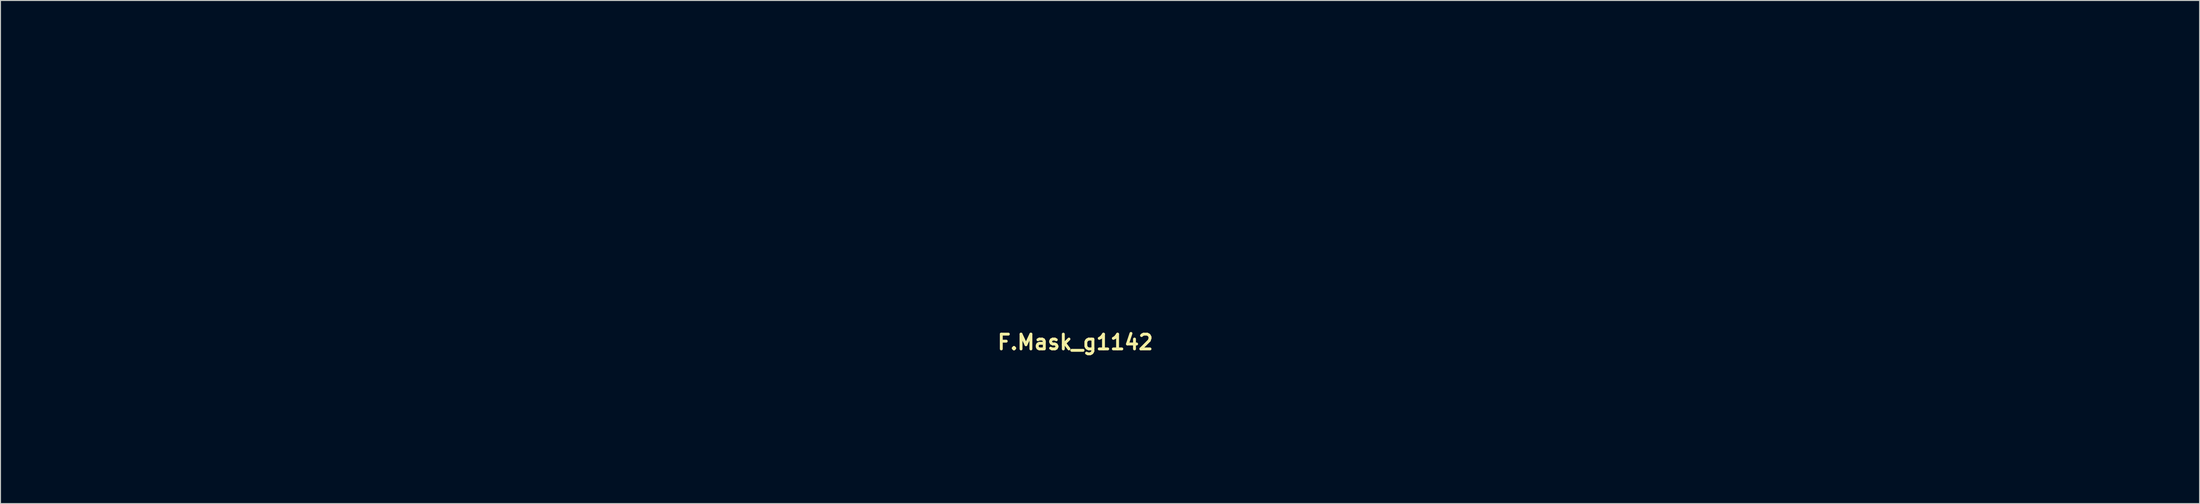
<source format=kicad_pcb>
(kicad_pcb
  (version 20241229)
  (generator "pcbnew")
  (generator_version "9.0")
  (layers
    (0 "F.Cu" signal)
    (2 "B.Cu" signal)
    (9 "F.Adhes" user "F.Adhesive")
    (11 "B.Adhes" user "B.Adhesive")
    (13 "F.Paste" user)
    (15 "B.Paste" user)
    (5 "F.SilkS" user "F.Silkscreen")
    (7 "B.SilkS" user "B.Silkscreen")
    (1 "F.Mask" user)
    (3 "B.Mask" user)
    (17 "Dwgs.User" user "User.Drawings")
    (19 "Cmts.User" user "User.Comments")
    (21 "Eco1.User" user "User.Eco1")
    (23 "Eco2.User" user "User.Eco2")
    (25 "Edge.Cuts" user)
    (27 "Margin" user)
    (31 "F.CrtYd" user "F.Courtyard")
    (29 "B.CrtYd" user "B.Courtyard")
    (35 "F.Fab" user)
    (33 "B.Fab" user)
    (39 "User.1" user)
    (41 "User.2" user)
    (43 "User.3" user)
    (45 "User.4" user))
  (footprint "F.Mask_g1142"
    (layer "F.Cu")
    (at 107.677 32.231)
    (property "Reference" "F.Mask_g1142" (at 0 0 0) (layer "F.SilkS") (effects (font (size 1.524 1.524) (thickness 0.3))))
    (attr through_hole)
    (fp_poly (pts (xy -106.967 -30.068) (xy -106.849 -30.049) (xy -106.771 -30.019) (xy -106.633 -29.928) (xy -106.53 -29.815) (xy -106.474 -29.722) (xy -106.43 -29.591) (xy -106.413 -29.447) (xy -106.424 -29.305) (xy -106.46 -29.188) (xy -106.543 -29.053) (xy -106.653 -28.946) (xy -106.784 -28.868) (xy -106.928 -28.822) (xy -107.079 -28.812) (xy -107.229 -28.841) (xy -107.244 -28.846) (xy -107.393 -28.919) (xy -107.512 -29.022) (xy -107.572 -29.101) (xy -107.642 -29.248) (xy -107.672 -29.399) (xy -107.665 -29.55) (xy -107.622 -29.694) (xy -107.545 -29.826) (xy -107.435 -29.939) (xy -107.315 -30.017) (xy -107.215 -30.052) (xy -107.094 -30.069) (xy -106.967 -30.068)) (stroke (width 0.01) (type solid)) (fill yes) (layer "F.Mask"))
    (fp_poly (pts (xy -106.967 -27.528) (xy -106.849 -27.509) (xy -106.771 -27.479) (xy -106.633 -27.388) (xy -106.53 -27.275) (xy -106.474 -27.182) (xy -106.43 -27.051) (xy -106.413 -26.907) (xy -106.424 -26.765) (xy -106.46 -26.648) (xy -106.543 -26.513) (xy -106.653 -26.406) (xy -106.784 -26.328) (xy -106.928 -26.282) (xy -107.079 -26.272) (xy -107.229 -26.301) (xy -107.244 -26.306) (xy -107.393 -26.379) (xy -107.512 -26.482) (xy -107.572 -26.561) (xy -107.642 -26.708) (xy -107.672 -26.859) (xy -107.665 -27.01) (xy -107.622 -27.154) (xy -107.545 -27.286) (xy -107.435 -27.399) (xy -107.315 -27.477) (xy -107.215 -27.512) (xy -107.094 -27.529) (xy -106.967 -27.528)) (stroke (width 0.01) (type solid)) (fill yes) (layer "F.Mask"))
    (fp_poly (pts (xy -106.967 -24.988) (xy -106.849 -24.969) (xy -106.771 -24.939) (xy -106.633 -24.848) (xy -106.53 -24.735) (xy -106.474 -24.642) (xy -106.43 -24.511) (xy -106.413 -24.367) (xy -106.424 -24.225) (xy -106.46 -24.108) (xy -106.543 -23.973) (xy -106.653 -23.866) (xy -106.784 -23.788) (xy -106.928 -23.742) (xy -107.079 -23.732) (xy -107.229 -23.761) (xy -107.244 -23.766) (xy -107.393 -23.839) (xy -107.512 -23.942) (xy -107.572 -24.021) (xy -107.642 -24.168) (xy -107.672 -24.319) (xy -107.665 -24.47) (xy -107.622 -24.614) (xy -107.545 -24.746) (xy -107.435 -24.859) (xy -107.315 -24.937) (xy -107.215 -24.972) (xy -107.094 -24.989) (xy -106.967 -24.988)) (stroke (width 0.01) (type solid)) (fill yes) (layer "F.Mask"))
    (fp_poly (pts (xy -106.967 -22.448) (xy -106.849 -22.429) (xy -106.771 -22.399) (xy -106.633 -22.308) (xy -106.53 -22.195) (xy -106.474 -22.102) (xy -106.43 -21.971) (xy -106.413 -21.827) (xy -106.424 -21.685) (xy -106.46 -21.568) (xy -106.543 -21.433) (xy -106.653 -21.326) (xy -106.784 -21.248) (xy -106.928 -21.202) (xy -107.079 -21.192) (xy -107.229 -21.221) (xy -107.244 -21.226) (xy -107.393 -21.299) (xy -107.512 -21.402) (xy -107.572 -21.481) (xy -107.642 -21.628) (xy -107.672 -21.779) (xy -107.665 -21.93) (xy -107.622 -22.074) (xy -107.545 -22.206) (xy -107.435 -22.319) (xy -107.315 -22.397) (xy -107.215 -22.432) (xy -107.094 -22.449) (xy -106.967 -22.448)) (stroke (width 0.01) (type solid)) (fill yes) (layer "F.Mask"))
    (fp_poly (pts (xy -106.967 -19.908) (xy -106.849 -19.889) (xy -106.771 -19.859) (xy -106.633 -19.768) (xy -106.53 -19.655) (xy -106.474 -19.562) (xy -106.43 -19.431) (xy -106.413 -19.287) (xy -106.424 -19.145) (xy -106.46 -19.028) (xy -106.543 -18.893) (xy -106.653 -18.786) (xy -106.784 -18.708) (xy -106.928 -18.662) (xy -107.079 -18.652) (xy -107.229 -18.681) (xy -107.244 -18.686) (xy -107.393 -18.759) (xy -107.512 -18.862) (xy -107.572 -18.941) (xy -107.642 -19.088) (xy -107.672 -19.239) (xy -107.665 -19.39) (xy -107.622 -19.534) (xy -107.545 -19.666) (xy -107.435 -19.779) (xy -107.315 -19.857) (xy -107.215 -19.892) (xy -107.094 -19.909) (xy -106.967 -19.908)) (stroke (width 0.01) (type solid)) (fill yes) (layer "F.Mask"))
    (fp_poly (pts (xy -106.967 -17.368) (xy -106.849 -17.349) (xy -106.771 -17.319) (xy -106.633 -17.228) (xy -106.53 -17.115) (xy -106.474 -17.022) (xy -106.43 -16.891) (xy -106.413 -16.747) (xy -106.424 -16.605) (xy -106.46 -16.488) (xy -106.543 -16.353) (xy -106.653 -16.246) (xy -106.784 -16.168) (xy -106.928 -16.122) (xy -107.079 -16.112) (xy -107.229 -16.141) (xy -107.244 -16.146) (xy -107.393 -16.219) (xy -107.512 -16.322) (xy -107.572 -16.401) (xy -107.642 -16.548) (xy -107.672 -16.699) (xy -107.665 -16.85) (xy -107.622 -16.994) (xy -107.545 -17.126) (xy -107.435 -17.239) (xy -107.315 -17.317) (xy -107.215 -17.352) (xy -107.094 -17.369) (xy -106.967 -17.368)) (stroke (width 0.01) (type solid)) (fill yes) (layer "F.Mask"))
    (fp_poly (pts (xy -106.967 -14.828) (xy -106.849 -14.809) (xy -106.771 -14.779) (xy -106.633 -14.688) (xy -106.53 -14.575) (xy -106.474 -14.482) (xy -106.43 -14.351) (xy -106.413 -14.207) (xy -106.424 -14.065) (xy -106.46 -13.948) (xy -106.543 -13.813) (xy -106.653 -13.706) (xy -106.784 -13.628) (xy -106.928 -13.582) (xy -107.079 -13.572) (xy -107.229 -13.601) (xy -107.244 -13.606) (xy -107.393 -13.679) (xy -107.512 -13.782) (xy -107.572 -13.861) (xy -107.642 -14.008) (xy -107.672 -14.159) (xy -107.665 -14.31) (xy -107.622 -14.454) (xy -107.545 -14.586) (xy -107.435 -14.699) (xy -107.315 -14.777) (xy -107.215 -14.812) (xy -107.094 -14.829) (xy -106.967 -14.828)) (stroke (width 0.01) (type solid)) (fill yes) (layer "F.Mask"))
    (fp_poly (pts (xy -106.967 -12.288) (xy -106.849 -12.269) (xy -106.771 -12.239) (xy -106.633 -12.148) (xy -106.53 -12.035) (xy -106.474 -11.942) (xy -106.43 -11.811) (xy -106.413 -11.667) (xy -106.424 -11.525) (xy -106.46 -11.408) (xy -106.543 -11.273) (xy -106.653 -11.166) (xy -106.784 -11.088) (xy -106.928 -11.042) (xy -107.079 -11.032) (xy -107.229 -11.061) (xy -107.244 -11.066) (xy -107.393 -11.139) (xy -107.512 -11.242) (xy -107.572 -11.321) (xy -107.642 -11.468) (xy -107.672 -11.619) (xy -107.665 -11.77) (xy -107.622 -11.914) (xy -107.545 -12.046) (xy -107.435 -12.159) (xy -107.315 -12.237) (xy -107.215 -12.272) (xy -107.094 -12.289) (xy -106.967 -12.288)) (stroke (width 0.01) (type solid)) (fill yes) (layer "F.Mask"))
    (fp_poly (pts (xy -106.967 -9.748) (xy -106.849 -9.729) (xy -106.771 -9.699) (xy -106.633 -9.608) (xy -106.53 -9.495) (xy -106.474 -9.402) (xy -106.43 -9.271) (xy -106.413 -9.127) (xy -106.424 -8.985) (xy -106.46 -8.868) (xy -106.543 -8.733) (xy -106.653 -8.626) (xy -106.784 -8.548) (xy -106.928 -8.502) (xy -107.079 -8.492) (xy -107.229 -8.521) (xy -107.244 -8.526) (xy -107.393 -8.599) (xy -107.512 -8.702) (xy -107.572 -8.781) (xy -107.642 -8.928) (xy -107.672 -9.079) (xy -107.665 -9.23) (xy -107.622 -9.374) (xy -107.545 -9.506) (xy -107.435 -9.619) (xy -107.315 -9.697) (xy -107.215 -9.732) (xy -107.094 -9.749) (xy -106.967 -9.748)) (stroke (width 0.01) (type solid)) (fill yes) (layer "F.Mask"))
    (fp_poly (pts (xy -91.727 -12.288) (xy -91.609 -12.269) (xy -91.531 -12.239) (xy -91.393 -12.148) (xy -91.29 -12.035) (xy -91.234 -11.942) (xy -91.19 -11.811) (xy -91.173 -11.667) (xy -91.184 -11.525) (xy -91.22 -11.408) (xy -91.303 -11.274) (xy -91.413 -11.167) (xy -91.542 -11.089) (xy -91.686 -11.042) (xy -91.835 -11.032) (xy -91.984 -11.059) (xy -92.001 -11.065) (xy -92.144 -11.132) (xy -92.256 -11.222) (xy -92.309 -11.286) (xy -92.387 -11.428) (xy -92.427 -11.577) (xy -92.43 -11.727) (xy -92.397 -11.873) (xy -92.33 -12.009) (xy -92.23 -12.128) (xy -92.098 -12.224) (xy -92.075 -12.237) (xy -91.975 -12.272) (xy -91.854 -12.289) (xy -91.727 -12.288)) (stroke (width 0.01) (type solid)) (fill yes) (layer "F.Mask"))
    (fp_poly (pts (xy -91.727 -9.748) (xy -91.609 -9.729) (xy -91.531 -9.699) (xy -91.393 -9.608) (xy -91.29 -9.495) (xy -91.234 -9.402) (xy -91.19 -9.271) (xy -91.173 -9.127) (xy -91.184 -8.985) (xy -91.22 -8.868) (xy -91.303 -8.734) (xy -91.413 -8.627) (xy -91.542 -8.549) (xy -91.686 -8.502) (xy -91.835 -8.492) (xy -91.984 -8.519) (xy -92.001 -8.525) (xy -92.144 -8.592) (xy -92.256 -8.682) (xy -92.309 -8.746) (xy -92.387 -8.888) (xy -92.427 -9.037) (xy -92.43 -9.187) (xy -92.397 -9.333) (xy -92.33 -9.469) (xy -92.23 -9.588) (xy -92.098 -9.684) (xy -92.075 -9.697) (xy -91.975 -9.732) (xy -91.854 -9.749) (xy -91.727 -9.748)) (stroke (width 0.01) (type solid)) (fill yes) (layer "F.Mask"))
    (fp_poly (pts (xy -91.727 -27.528) (xy -91.609 -27.509) (xy -91.531 -27.479) (xy -91.393 -27.388) (xy -91.287 -27.273) (xy -91.238 -27.195) (xy -91.206 -27.13) (xy -91.187 -27.071) (xy -91.178 -27.002) (xy -91.176 -26.913) (xy -91.187 -26.765) (xy -91.223 -26.641) (xy -91.288 -26.529) (xy -91.333 -26.474) (xy -91.439 -26.383) (xy -91.571 -26.317) (xy -91.716 -26.281) (xy -91.864 -26.276) (xy -92.004 -26.306) (xy -92.004 -26.306) (xy -92.154 -26.379) (xy -92.273 -26.482) (xy -92.329 -26.558) (xy -92.4 -26.705) (xy -92.43 -26.857) (xy -92.424 -27.008) (xy -92.381 -27.153) (xy -92.304 -27.285) (xy -92.195 -27.398) (xy -92.075 -27.477) (xy -91.975 -27.512) (xy -91.854 -27.529) (xy -91.727 -27.528)) (stroke (width 0.01) (type solid)) (fill yes) (layer "F.Mask"))
    (fp_poly (pts (xy -91.727 -24.988) (xy -91.609 -24.969) (xy -91.531 -24.939) (xy -91.393 -24.848) (xy -91.287 -24.733) (xy -91.238 -24.655) (xy -91.206 -24.59) (xy -91.187 -24.531) (xy -91.178 -24.462) (xy -91.176 -24.373) (xy -91.187 -24.225) (xy -91.223 -24.101) (xy -91.288 -23.989) (xy -91.333 -23.934) (xy -91.439 -23.843) (xy -91.571 -23.777) (xy -91.716 -23.741) (xy -91.864 -23.736) (xy -92.004 -23.766) (xy -92.004 -23.766) (xy -92.154 -23.839) (xy -92.273 -23.942) (xy -92.329 -24.018) (xy -92.4 -24.165) (xy -92.43 -24.317) (xy -92.424 -24.468) (xy -92.381 -24.613) (xy -92.304 -24.745) (xy -92.195 -24.858) (xy -92.075 -24.937) (xy -91.975 -24.972) (xy -91.854 -24.989) (xy -91.727 -24.988)) (stroke (width 0.01) (type solid)) (fill yes) (layer "F.Mask"))
    (fp_poly (pts (xy -91.727 -22.448) (xy -91.609 -22.429) (xy -91.531 -22.399) (xy -91.393 -22.308) (xy -91.287 -22.193) (xy -91.238 -22.115) (xy -91.206 -22.05) (xy -91.187 -21.991) (xy -91.178 -21.922) (xy -91.176 -21.833) (xy -91.187 -21.685) (xy -91.223 -21.561) (xy -91.288 -21.449) (xy -91.333 -21.394) (xy -91.439 -21.303) (xy -91.57 -21.238) (xy -91.714 -21.201) (xy -91.861 -21.196) (xy -92 -21.224) (xy -92.001 -21.225) (xy -92.144 -21.292) (xy -92.256 -21.382) (xy -92.309 -21.446) (xy -92.387 -21.588) (xy -92.427 -21.737) (xy -92.43 -21.887) (xy -92.397 -22.033) (xy -92.33 -22.169) (xy -92.23 -22.288) (xy -92.098 -22.384) (xy -92.075 -22.397) (xy -91.975 -22.432) (xy -91.854 -22.449) (xy -91.727 -22.448)) (stroke (width 0.01) (type solid)) (fill yes) (layer "F.Mask"))
    (fp_poly (pts (xy -91.727 -19.908) (xy -91.609 -19.889) (xy -91.531 -19.859) (xy -91.393 -19.768) (xy -91.287 -19.653) (xy -91.238 -19.575) (xy -91.206 -19.51) (xy -91.187 -19.451) (xy -91.178 -19.382) (xy -91.176 -19.293) (xy -91.187 -19.145) (xy -91.223 -19.021) (xy -91.288 -18.909) (xy -91.333 -18.854) (xy -91.439 -18.763) (xy -91.57 -18.698) (xy -91.714 -18.661) (xy -91.861 -18.656) (xy -92 -18.684) (xy -92.001 -18.685) (xy -92.144 -18.752) (xy -92.256 -18.842) (xy -92.309 -18.906) (xy -92.387 -19.048) (xy -92.427 -19.197) (xy -92.43 -19.347) (xy -92.397 -19.493) (xy -92.33 -19.629) (xy -92.23 -19.748) (xy -92.098 -19.844) (xy -92.075 -19.857) (xy -91.975 -19.892) (xy -91.854 -19.909) (xy -91.727 -19.908)) (stroke (width 0.01) (type solid)) (fill yes) (layer "F.Mask"))
    (fp_poly (pts (xy -91.727 -17.368) (xy -91.609 -17.349) (xy -91.531 -17.319) (xy -91.393 -17.228) (xy -91.287 -17.113) (xy -91.238 -17.035) (xy -91.206 -16.97) (xy -91.187 -16.911) (xy -91.178 -16.842) (xy -91.176 -16.753) (xy -91.187 -16.605) (xy -91.223 -16.481) (xy -91.288 -16.369) (xy -91.333 -16.314) (xy -91.439 -16.223) (xy -91.57 -16.158) (xy -91.714 -16.121) (xy -91.861 -16.116) (xy -92 -16.144) (xy -92.001 -16.145) (xy -92.144 -16.212) (xy -92.256 -16.302) (xy -92.309 -16.366) (xy -92.387 -16.508) (xy -92.427 -16.657) (xy -92.43 -16.807) (xy -92.397 -16.953) (xy -92.33 -17.089) (xy -92.23 -17.208) (xy -92.098 -17.304) (xy -92.075 -17.317) (xy -91.975 -17.352) (xy -91.854 -17.369) (xy -91.727 -17.368)) (stroke (width 0.01) (type solid)) (fill yes) (layer "F.Mask"))
    (fp_poly (pts (xy -91.727 -14.828) (xy -91.609 -14.809) (xy -91.531 -14.779) (xy -91.393 -14.688) (xy -91.287 -14.573) (xy -91.238 -14.495) (xy -91.206 -14.43) (xy -91.187 -14.371) (xy -91.178 -14.302) (xy -91.176 -14.213) (xy -91.187 -14.065) (xy -91.223 -13.941) (xy -91.288 -13.829) (xy -91.333 -13.774) (xy -91.439 -13.683) (xy -91.57 -13.618) (xy -91.714 -13.581) (xy -91.861 -13.576) (xy -92 -13.604) (xy -92.001 -13.605) (xy -92.144 -13.672) (xy -92.256 -13.762) (xy -92.309 -13.826) (xy -92.387 -13.968) (xy -92.427 -14.117) (xy -92.43 -14.267) (xy -92.397 -14.413) (xy -92.33 -14.549) (xy -92.23 -14.668) (xy -92.098 -14.764) (xy -92.075 -14.777) (xy -91.975 -14.812) (xy -91.854 -14.829) (xy -91.727 -14.828)) (stroke (width 0.01) (type solid)) (fill yes) (layer "F.Mask"))
    (fp_poly (pts (xy -11.912 10.923) (xy -11.77 10.985) (xy -11.643 11.076) (xy -11.536 11.194) (xy -11.455 11.339) (xy -11.418 11.45) (xy -11.395 11.62) (xy -11.413 11.786) (xy -11.466 11.943) (xy -11.554 12.084) (xy -11.673 12.204) (xy -11.802 12.287) (xy -11.88 12.322) (xy -11.954 12.342) (xy -12.045 12.352) (xy -12.094 12.355) (xy -12.211 12.354) (xy -12.31 12.343) (xy -12.354 12.332) (xy -12.508 12.262) (xy -12.636 12.163) (xy -12.737 12.041) (xy -12.81 11.902) (xy -12.853 11.751) (xy -12.864 11.596) (xy -12.843 11.44) (xy -12.787 11.291) (xy -12.696 11.153) (xy -12.654 11.107) (xy -12.519 11) (xy -12.372 10.929) (xy -12.218 10.894) (xy -12.063 10.893) (xy -11.912 10.923)) (stroke (width 0.01) (type solid)) (fill yes) (layer "F.Mask"))
    (fp_poly (pts (xy 112.254 0.019) (xy 112.403 0.084) (xy 112.537 0.181) (xy 112.651 0.309) (xy 112.715 0.419) (xy 112.748 0.518) (xy 112.766 0.642) (xy 112.768 0.776) (xy 112.754 0.903) (xy 112.724 1.009) (xy 112.719 1.021) (xy 112.649 1.136) (xy 112.551 1.247) (xy 112.439 1.34) (xy 112.357 1.388) (xy 112.222 1.434) (xy 112.072 1.455) (xy 111.924 1.449) (xy 111.809 1.422) (xy 111.653 1.347) (xy 111.525 1.245) (xy 111.426 1.123) (xy 111.355 0.985) (xy 111.315 0.837) (xy 111.305 0.684) (xy 111.327 0.533) (xy 111.381 0.388) (xy 111.468 0.255) (xy 111.589 0.14) (xy 111.621 0.117) (xy 111.774 0.036) (xy 111.934 -0.006) (xy 112.096 -0.011) (xy 112.254 0.019)) (stroke (width 0.01) (type solid)) (fill yes) (layer "F.Mask"))
    (fp_poly (pts (xy -8.135 -6.85) (xy -7.983 -6.798) (xy -7.848 -6.709) (xy -7.769 -6.632) (xy -7.674 -6.509) (xy -7.613 -6.383) (xy -7.585 -6.242) (xy -7.582 -6.096) (xy -7.602 -5.938) (xy -7.648 -5.806) (xy -7.723 -5.687) (xy -7.789 -5.614) (xy -7.919 -5.514) (xy -8.07 -5.443) (xy -8.234 -5.406) (xy -8.4 -5.404) (xy -8.513 -5.426) (xy -8.666 -5.49) (xy -8.802 -5.591) (xy -8.916 -5.722) (xy -8.969 -5.81) (xy -9.014 -5.932) (xy -9.036 -6.075) (xy -9.034 -6.223) (xy -9.009 -6.361) (xy -8.996 -6.398) (xy -8.923 -6.537) (xy -8.817 -6.662) (xy -8.689 -6.764) (xy -8.61 -6.806) (xy -8.529 -6.84) (xy -8.456 -6.858) (xy -8.372 -6.866) (xy -8.308 -6.867) (xy -8.135 -6.85)) (stroke (width 0.01) (type solid)) (fill yes) (layer "F.Mask"))
    (fp_poly (pts (xy -3.044 -17) (xy -2.892 -16.936) (xy -2.753 -16.835) (xy -2.698 -16.78) (xy -2.606 -16.656) (xy -2.549 -16.524) (xy -2.524 -16.374) (xy -2.524 -16.256) (xy -2.532 -16.149) (xy -2.548 -16.068) (xy -2.575 -15.995) (xy -2.59 -15.964) (xy -2.688 -15.815) (xy -2.813 -15.699) (xy -2.96 -15.618) (xy -3.128 -15.573) (xy -3.217 -15.564) (xy -3.32 -15.565) (xy -3.412 -15.574) (xy -3.461 -15.586) (xy -3.625 -15.658) (xy -3.758 -15.758) (xy -3.864 -15.889) (xy -3.895 -15.942) (xy -3.933 -16.019) (xy -3.956 -16.085) (xy -3.968 -16.16) (xy -3.975 -16.256) (xy -3.97 -16.423) (xy -3.935 -16.567) (xy -3.867 -16.696) (xy -3.8 -16.78) (xy -3.67 -16.896) (xy -3.523 -16.976) (xy -3.365 -17.02) (xy -3.204 -17.028) (xy -3.044 -17)) (stroke (width 0.01) (type solid)) (fill yes) (layer "F.Mask"))
    (fp_poly (pts (xy -10.778 12.164) (xy -10.624 12.202) (xy -10.48 12.273) (xy -10.351 12.376) (xy -10.243 12.511) (xy -10.199 12.59) (xy -10.175 12.647) (xy -10.16 12.706) (xy -10.152 12.779) (xy -10.15 12.881) (xy -10.15 12.89) (xy -10.151 12.993) (xy -10.158 13.068) (xy -10.172 13.129) (xy -10.196 13.19) (xy -10.204 13.208) (xy -10.292 13.347) (xy -10.412 13.468) (xy -10.554 13.559) (xy -10.556 13.56) (xy -10.691 13.607) (xy -10.842 13.627) (xy -10.993 13.62) (xy -11.106 13.593) (xy -11.269 13.515) (xy -11.403 13.408) (xy -11.505 13.277) (xy -11.573 13.126) (xy -11.605 12.96) (xy -11.597 12.782) (xy -11.596 12.777) (xy -11.549 12.608) (xy -11.465 12.46) (xy -11.384 12.369) (xy -11.245 12.262) (xy -11.094 12.194) (xy -10.936 12.161) (xy -10.778 12.164)) (stroke (width 0.01) (type solid)) (fill yes) (layer "F.Mask"))
    (fp_poly (pts (xy 73.781 -13.274) (xy 73.942 -13.223) (xy 73.949 -13.22) (xy 74.086 -13.137) (xy 74.206 -13.025) (xy 74.298 -12.896) (xy 74.31 -12.872) (xy 74.339 -12.809) (xy 74.357 -12.752) (xy 74.366 -12.687) (xy 74.369 -12.6) (xy 74.369 -12.552) (xy 74.367 -12.444) (xy 74.359 -12.365) (xy 74.343 -12.301) (xy 74.323 -12.251) (xy 74.252 -12.135) (xy 74.155 -12.024) (xy 74.043 -11.931) (xy 73.961 -11.883) (xy 73.825 -11.837) (xy 73.675 -11.816) (xy 73.527 -11.822) (xy 73.412 -11.849) (xy 73.248 -11.928) (xy 73.114 -12.036) (xy 73.013 -12.169) (xy 72.946 -12.325) (xy 72.915 -12.502) (xy 72.913 -12.567) (xy 72.934 -12.733) (xy 72.99 -12.884) (xy 73.076 -13.015) (xy 73.187 -13.124) (xy 73.318 -13.208) (xy 73.464 -13.263) (xy 73.62 -13.286) (xy 73.781 -13.274)) (stroke (width 0.01) (type solid)) (fill yes) (layer "F.Mask"))
    (fp_poly (pts (xy 102.444 -9.456) (xy 102.597 -9.388) (xy 102.732 -9.284) (xy 102.842 -9.148) (xy 102.871 -9.098) (xy 102.906 -9.032) (xy 102.927 -8.978) (xy 102.939 -8.922) (xy 102.943 -8.851) (xy 102.944 -8.763) (xy 102.942 -8.66) (xy 102.936 -8.585) (xy 102.921 -8.524) (xy 102.897 -8.463) (xy 102.889 -8.445) (xy 102.804 -8.309) (xy 102.688 -8.19) (xy 102.554 -8.099) (xy 102.531 -8.088) (xy 102.413 -8.049) (xy 102.276 -8.028) (xy 102.137 -8.027) (xy 102.013 -8.046) (xy 101.981 -8.056) (xy 101.828 -8.131) (xy 101.697 -8.235) (xy 101.595 -8.362) (xy 101.554 -8.438) (xy 101.501 -8.604) (xy 101.486 -8.77) (xy 101.507 -8.93) (xy 101.56 -9.08) (xy 101.643 -9.214) (xy 101.753 -9.327) (xy 101.888 -9.414) (xy 102.045 -9.469) (xy 102.094 -9.479) (xy 102.274 -9.487) (xy 102.444 -9.456)) (stroke (width 0.01) (type solid)) (fill yes) (layer "F.Mask"))
    (fp_poly (pts (xy -1.878 -32.224) (xy -1.803 -32.216) (xy -1.74 -32.2) (xy -1.673 -32.172) (xy -1.668 -32.17) (xy -1.533 -32.086) (xy -1.414 -31.975) (xy -1.324 -31.846) (xy -1.313 -31.824) (xy -1.271 -31.701) (xy -1.251 -31.557) (xy -1.254 -31.409) (xy -1.279 -31.272) (xy -1.291 -31.237) (xy -1.367 -31.091) (xy -1.474 -30.967) (xy -1.605 -30.87) (xy -1.754 -30.802) (xy -1.913 -30.768) (xy -2.076 -30.77) (xy -2.151 -30.784) (xy -2.31 -30.845) (xy -2.453 -30.94) (xy -2.571 -31.062) (xy -2.653 -31.197) (xy -2.686 -31.305) (xy -2.702 -31.437) (xy -2.699 -31.576) (xy -2.679 -31.709) (xy -2.644 -31.814) (xy -2.558 -31.95) (xy -2.442 -32.07) (xy -2.307 -32.161) (xy -2.286 -32.171) (xy -2.219 -32.199) (xy -2.157 -32.216) (xy -2.082 -32.224) (xy -1.981 -32.226) (xy -1.979 -32.226) (xy -1.878 -32.224)) (stroke (width 0.01) (type solid)) (fill yes) (layer "F.Mask"))
    (fp_poly (pts (xy -8.229 12.164) (xy -8.156 12.171) (xy -8.095 12.187) (xy -8.031 12.214) (xy -8.019 12.22) (xy -7.875 12.311) (xy -7.753 12.432) (xy -7.667 12.561) (xy -7.622 12.687) (xy -7.601 12.832) (xy -7.604 12.983) (xy -7.631 13.125) (xy -7.642 13.155) (xy -7.698 13.265) (xy -7.781 13.374) (xy -7.881 13.47) (xy -7.986 13.544) (xy -8.054 13.576) (xy -8.207 13.612) (xy -8.365 13.622) (xy -8.511 13.604) (xy -8.528 13.599) (xy -8.646 13.557) (xy -8.744 13.501) (xy -8.837 13.418) (xy -8.877 13.375) (xy -8.973 13.246) (xy -9.031 13.107) (xy -9.055 12.951) (xy -9.055 12.859) (xy -9.028 12.679) (xy -8.965 12.52) (xy -8.866 12.384) (xy -8.733 12.273) (xy -8.636 12.218) (xy -8.571 12.19) (xy -8.51 12.173) (xy -8.44 12.164) (xy -8.343 12.162) (xy -8.329 12.162) (xy -8.229 12.164)) (stroke (width 0.01) (type solid)) (fill yes) (layer "F.Mask"))
    (fp_poly (pts (xy 106.217 -27.555) (xy 106.319 -27.527) (xy 106.431 -27.469) (xy 106.543 -27.383) (xy 106.643 -27.28) (xy 106.718 -27.171) (xy 106.718 -27.169) (xy 106.744 -27.116) (xy 106.761 -27.066) (xy 106.77 -27.009) (xy 106.774 -26.933) (xy 106.775 -26.839) (xy 106.774 -26.736) (xy 106.77 -26.662) (xy 106.76 -26.607) (xy 106.742 -26.557) (xy 106.716 -26.505) (xy 106.616 -26.356) (xy 106.49 -26.239) (xy 106.343 -26.158) (xy 106.176 -26.113) (xy 106.099 -26.106) (xy 106.006 -26.106) (xy 105.915 -26.114) (xy 105.853 -26.126) (xy 105.708 -26.188) (xy 105.575 -26.284) (xy 105.463 -26.405) (xy 105.382 -26.544) (xy 105.369 -26.576) (xy 105.333 -26.725) (xy 105.327 -26.886) (xy 105.353 -27.044) (xy 105.396 -27.162) (xy 105.482 -27.293) (xy 105.6 -27.409) (xy 105.74 -27.5) (xy 105.766 -27.512) (xy 105.905 -27.556) (xy 106.061 -27.571) (xy 106.217 -27.555)) (stroke (width 0.01) (type solid)) (fill yes) (layer "F.Mask"))
    (fp_poly (pts (xy 108.728 -27.25) (xy 108.803 -27.24) (xy 108.869 -27.221) (xy 108.926 -27.196) (xy 109.081 -27.103) (xy 109.201 -26.985) (xy 109.289 -26.841) (xy 109.344 -26.669) (xy 109.349 -26.645) (xy 109.359 -26.478) (xy 109.331 -26.316) (xy 109.268 -26.167) (xy 109.173 -26.035) (xy 109.051 -25.926) (xy 108.904 -25.845) (xy 108.808 -25.814) (xy 108.679 -25.788) (xy 108.565 -25.786) (xy 108.448 -25.807) (xy 108.435 -25.81) (xy 108.272 -25.875) (xy 108.133 -25.975) (xy 108.018 -26.107) (xy 107.952 -26.225) (xy 107.923 -26.295) (xy 107.906 -26.362) (xy 107.899 -26.441) (xy 107.897 -26.522) (xy 107.9 -26.621) (xy 107.909 -26.696) (xy 107.929 -26.764) (xy 107.958 -26.834) (xy 108.048 -26.98) (xy 108.172 -27.101) (xy 108.326 -27.195) (xy 108.327 -27.196) (xy 108.399 -27.226) (xy 108.465 -27.243) (xy 108.544 -27.251) (xy 108.627 -27.252) (xy 108.728 -27.25)) (stroke (width 0.01) (type solid)) (fill yes) (layer "F.Mask"))
    (fp_poly (pts (xy 7.068 -4.954) (xy 7.209 -4.912) (xy 7.22 -4.907) (xy 7.372 -4.817) (xy 7.492 -4.699) (xy 7.583 -4.554) (xy 7.618 -4.478) (xy 7.639 -4.415) (xy 7.648 -4.349) (xy 7.651 -4.261) (xy 7.651 -4.234) (xy 7.649 -4.132) (xy 7.639 -4.056) (xy 7.619 -3.989) (xy 7.595 -3.933) (xy 7.514 -3.801) (xy 7.405 -3.683) (xy 7.28 -3.591) (xy 7.228 -3.564) (xy 7.103 -3.523) (xy 6.963 -3.502) (xy 6.824 -3.503) (xy 6.73 -3.52) (xy 6.564 -3.588) (xy 6.423 -3.689) (xy 6.31 -3.823) (xy 6.246 -3.936) (xy 6.217 -4.006) (xy 6.2 -4.073) (xy 6.193 -4.153) (xy 6.191 -4.234) (xy 6.193 -4.33) (xy 6.201 -4.4) (xy 6.219 -4.463) (xy 6.251 -4.535) (xy 6.26 -4.554) (xy 6.354 -4.702) (xy 6.475 -4.819) (xy 6.623 -4.908) (xy 6.76 -4.952) (xy 6.914 -4.967) (xy 7.068 -4.954)) (stroke (width 0.01) (type solid)) (fill yes) (layer "F.Mask"))
    (fp_poly (pts (xy 9.611 -28.427) (xy 9.751 -28.385) (xy 9.76 -28.381) (xy 9.912 -28.29) (xy 10.032 -28.173) (xy 10.123 -28.028) (xy 10.158 -27.952) (xy 10.179 -27.889) (xy 10.188 -27.823) (xy 10.191 -27.735) (xy 10.191 -27.708) (xy 10.189 -27.606) (xy 10.179 -27.53) (xy 10.159 -27.463) (xy 10.135 -27.407) (xy 10.054 -27.275) (xy 9.945 -27.157) (xy 9.82 -27.065) (xy 9.768 -27.038) (xy 9.643 -26.997) (xy 9.503 -26.976) (xy 9.364 -26.977) (xy 9.27 -26.994) (xy 9.104 -27.062) (xy 8.963 -27.163) (xy 8.85 -27.297) (xy 8.786 -27.41) (xy 8.757 -27.48) (xy 8.74 -27.547) (xy 8.733 -27.627) (xy 8.731 -27.708) (xy 8.733 -27.803) (xy 8.741 -27.874) (xy 8.759 -27.937) (xy 8.791 -28.008) (xy 8.8 -28.028) (xy 8.894 -28.176) (xy 9.015 -28.293) (xy 9.163 -28.381) (xy 9.301 -28.425) (xy 9.456 -28.441) (xy 9.611 -28.427)) (stroke (width 0.01) (type solid)) (fill yes) (layer "F.Mask"))
    (fp_poly (pts (xy 75.685 -13.26) (xy 75.759 -13.247) (xy 75.826 -13.224) (xy 75.9 -13.187) (xy 76.042 -13.09) (xy 76.154 -12.964) (xy 76.226 -12.836) (xy 76.251 -12.771) (xy 76.266 -12.703) (xy 76.273 -12.618) (xy 76.274 -12.541) (xy 76.271 -12.435) (xy 76.262 -12.357) (xy 76.245 -12.291) (xy 76.226 -12.247) (xy 76.135 -12.094) (xy 76.018 -11.973) (xy 75.9 -11.895) (xy 75.829 -11.859) (xy 75.768 -11.837) (xy 75.701 -11.825) (xy 75.614 -11.819) (xy 75.576 -11.817) (xy 75.469 -11.816) (xy 75.389 -11.822) (xy 75.321 -11.838) (xy 75.275 -11.854) (xy 75.127 -11.934) (xy 75.007 -12.04) (xy 74.915 -12.168) (xy 74.853 -12.311) (xy 74.821 -12.463) (xy 74.822 -12.62) (xy 74.854 -12.774) (xy 74.921 -12.921) (xy 75.022 -13.053) (xy 75.063 -13.093) (xy 75.186 -13.184) (xy 75.319 -13.241) (xy 75.469 -13.267) (xy 75.586 -13.267) (xy 75.685 -13.26)) (stroke (width 0.01) (type solid)) (fill yes) (layer "F.Mask"))
    (fp_poly (pts (xy 103.812 -1.894) (xy 103.913 -1.891) (xy 103.986 -1.883) (xy 104.048 -1.867) (xy 104.114 -1.839) (xy 104.122 -1.835) (xy 104.237 -1.762) (xy 104.348 -1.66) (xy 104.44 -1.545) (xy 104.485 -1.465) (xy 104.509 -1.404) (xy 104.523 -1.339) (xy 104.53 -1.256) (xy 104.532 -1.164) (xy 104.53 -1.063) (xy 104.524 -0.99) (xy 104.51 -0.932) (xy 104.487 -0.873) (xy 104.473 -0.844) (xy 104.381 -0.703) (xy 104.261 -0.589) (xy 104.12 -0.503) (xy 103.963 -0.449) (xy 103.798 -0.431) (xy 103.633 -0.45) (xy 103.611 -0.456) (xy 103.452 -0.521) (xy 103.316 -0.618) (xy 103.208 -0.742) (xy 103.13 -0.888) (xy 103.085 -1.05) (xy 103.078 -1.224) (xy 103.083 -1.28) (xy 103.126 -1.443) (xy 103.206 -1.59) (xy 103.318 -1.717) (xy 103.458 -1.816) (xy 103.501 -1.838) (xy 103.568 -1.867) (xy 103.63 -1.884) (xy 103.702 -1.892) (xy 103.799 -1.894) (xy 103.812 -1.894)) (stroke (width 0.01) (type solid)) (fill yes) (layer "F.Mask"))
    (fp_poly (pts (xy -9.509 10.892) (xy -9.437 10.898) (xy -9.378 10.911) (xy -9.32 10.934) (xy -9.29 10.949) (xy -9.175 11.022) (xy -9.065 11.122) (xy -8.974 11.235) (xy -8.926 11.32) (xy -8.902 11.386) (xy -8.887 11.46) (xy -8.881 11.555) (xy -8.88 11.61) (xy -8.882 11.71) (xy -8.889 11.783) (xy -8.905 11.846) (xy -8.932 11.913) (xy -8.939 11.927) (xy -9.018 12.057) (xy -9.125 12.171) (xy -9.247 12.259) (xy -9.326 12.297) (xy -9.434 12.328) (xy -9.55 12.348) (xy -9.658 12.353) (xy -9.716 12.348) (xy -9.888 12.297) (xy -10.039 12.211) (xy -10.164 12.095) (xy -10.26 11.951) (xy -10.321 11.784) (xy -10.322 11.783) (xy -10.344 11.612) (xy -10.325 11.446) (xy -10.269 11.291) (xy -10.177 11.152) (xy -10.051 11.032) (xy -9.923 10.95) (xy -9.863 10.922) (xy -9.809 10.904) (xy -9.746 10.895) (xy -9.66 10.891) (xy -9.61 10.891) (xy -9.509 10.892)) (stroke (width 0.01) (type solid)) (fill yes) (layer "F.Mask"))
    (fp_poly (pts (xy -2.506 -1.131) (xy -2.438 -1.126) (xy -2.383 -1.114) (xy -2.328 -1.091) (xy -2.269 -1.06) (xy -2.119 -0.957) (xy -2.005 -0.832) (xy -1.927 -0.685) (xy -1.885 -0.516) (xy -1.877 -0.402) (xy -1.88 -0.301) (xy -1.894 -0.221) (xy -1.923 -0.14) (xy -1.935 -0.114) (xy -2.02 0.029) (xy -2.135 0.149) (xy -2.271 0.241) (xy -2.422 0.303) (xy -2.581 0.329) (xy -2.741 0.318) (xy -2.746 0.317) (xy -2.917 0.262) (xy -3.065 0.171) (xy -3.187 0.047) (xy -3.261 -0.067) (xy -3.295 -0.134) (xy -3.316 -0.188) (xy -3.328 -0.244) (xy -3.333 -0.316) (xy -3.333 -0.402) (xy -3.331 -0.51) (xy -3.324 -0.588) (xy -3.308 -0.651) (xy -3.288 -0.703) (xy -3.217 -0.819) (xy -3.118 -0.931) (xy -3.005 -1.025) (xy -2.924 -1.074) (xy -2.86 -1.102) (xy -2.803 -1.12) (xy -2.738 -1.129) (xy -2.651 -1.132) (xy -2.603 -1.132) (xy -2.506 -1.131)) (stroke (width 0.01) (type solid)) (fill yes) (layer "F.Mask")))
  (gr_rect
    (start -3 -3)
    (end 223.45 48.864)
    (stroke (width 0.1) (type default))
    (fill no)
    (layer "Edge.Cuts")))
</source>
